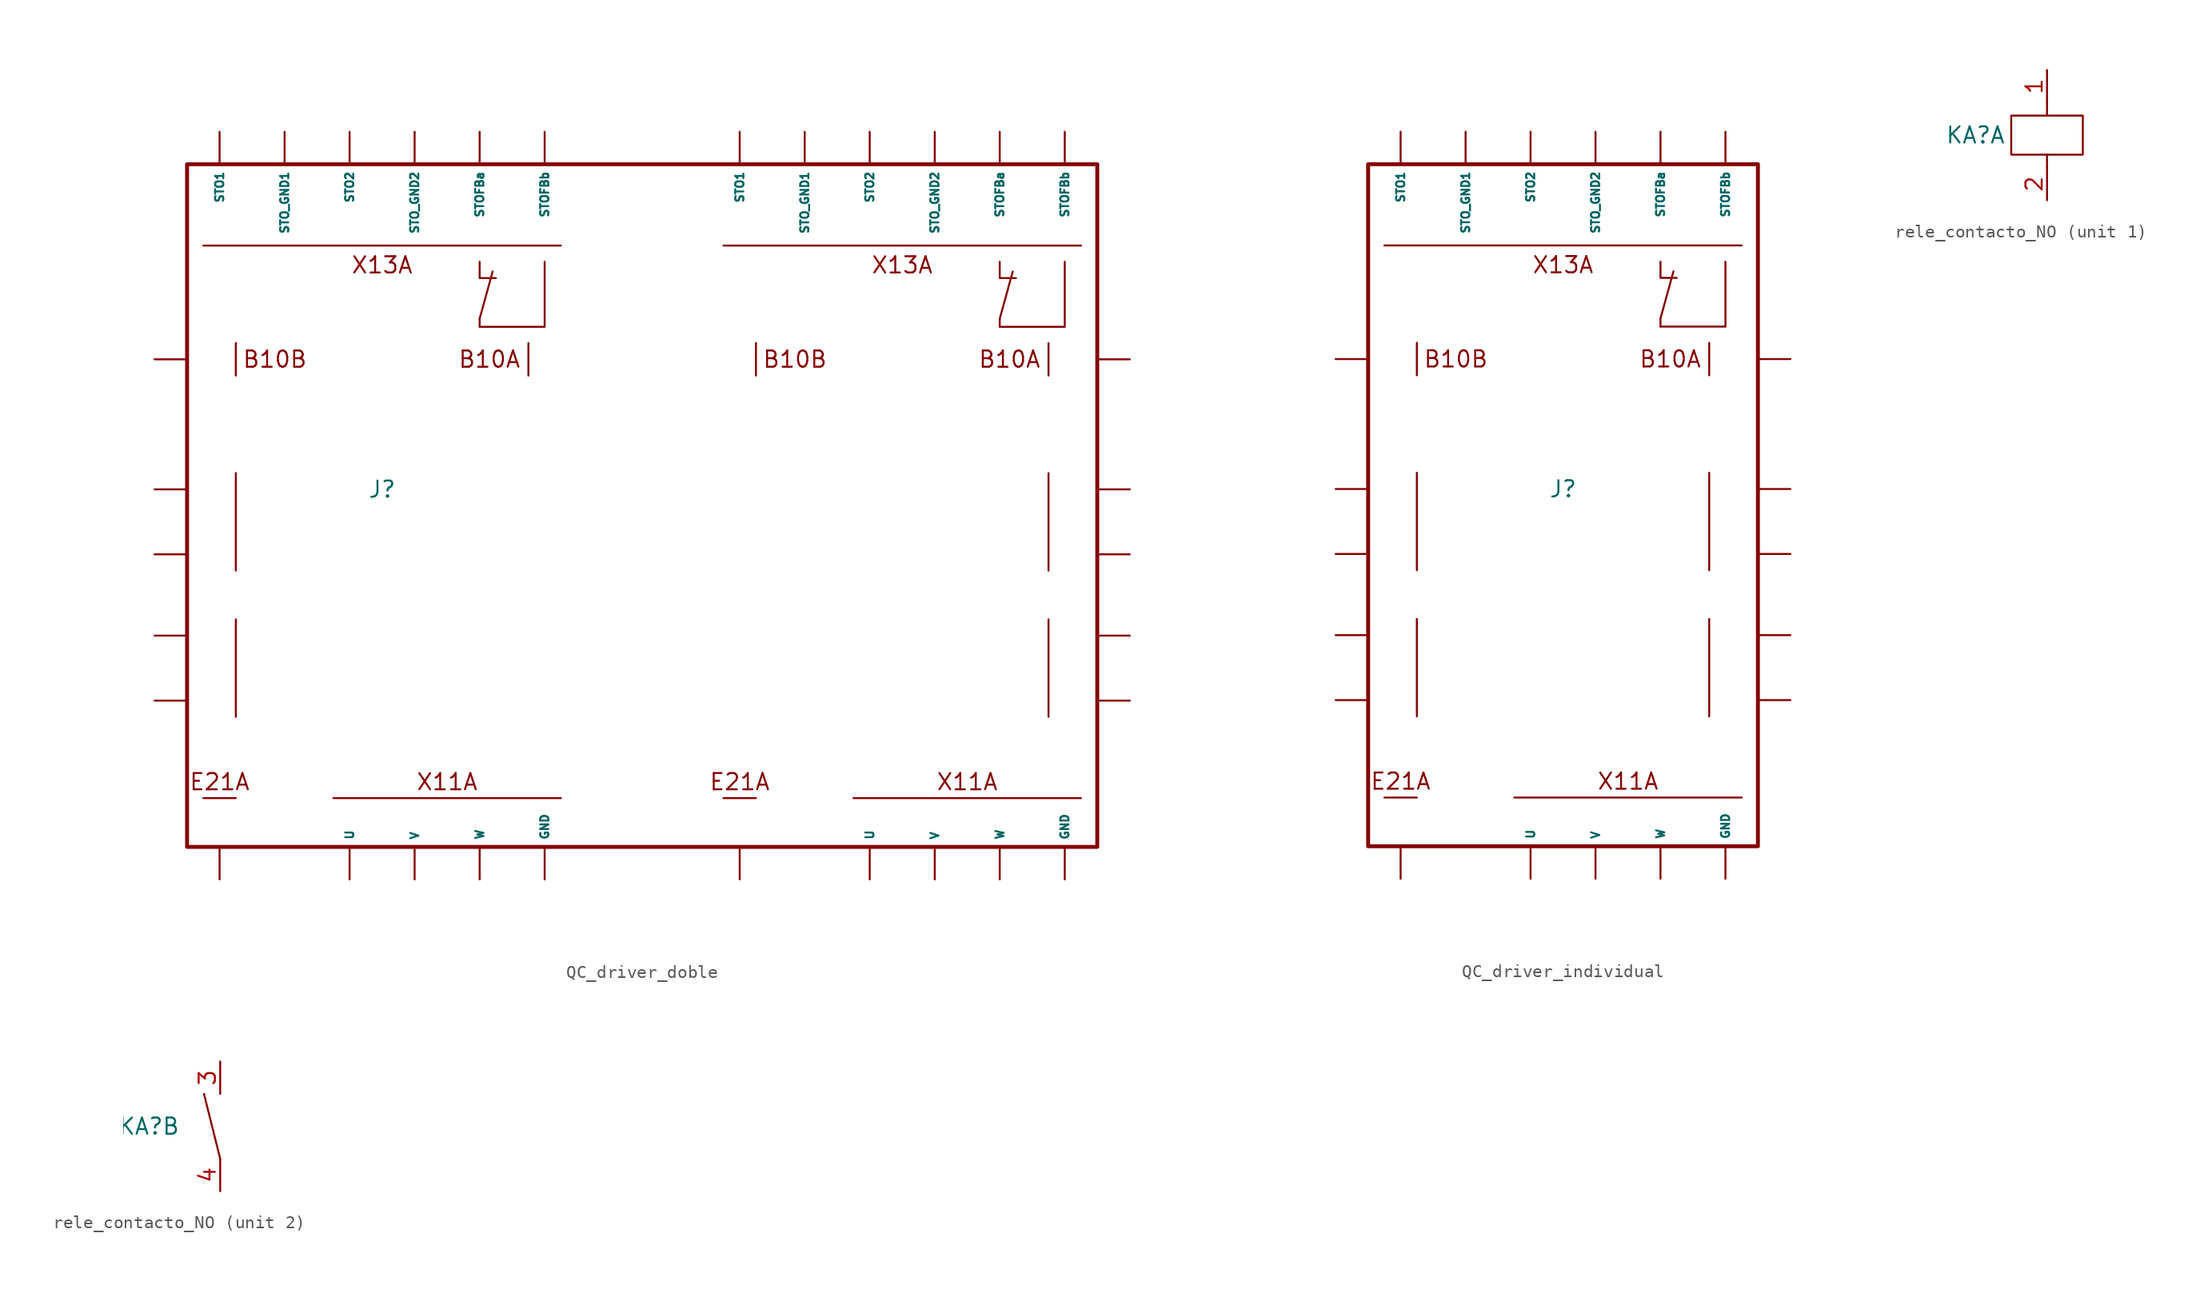
<source format=kicad_sym>
(kicad_symbol_lib
  (version 20241209)
  (generator "kicad_symbol_editor")
  (generator_version "9.0")
  (symbol "QC_driver_doble"
    (property "Reference" "J"
      (at -20.32 0 0)
      (effects (font (size 1.27 1.27))))
    (property "Value" ""
      (at 0 0 0)
      (effects (font (size 1.27 1.27))))
    (symbol "QC_driver_doble_1_1"
      (rectangle (start -35.56 25.4) (end 35.56 -27.94) (stroke (width 0.305) (type solid)) (fill (type none)))
      (polyline (pts (xy -31.75 11.43) (xy -31.75 8.89)) (stroke (width 0) (type default)) (fill (type none)))
      (polyline (pts (xy -31.75 1.27) (xy -31.75 -6.35)) (stroke (width 0) (type default)) (fill (type none)))
      (polyline (pts (xy -31.75 -10.16) (xy -31.75 -17.78)) (stroke (width 0) (type default)) (fill (type none)))
      (polyline (pts (xy -31.75 -24.13) (xy -34.29 -24.13)) (stroke (width 0) (type default)) (fill (type none)))
      (polyline (pts (xy -24.13 -24.13) (xy -6.35 -24.13)) (stroke (width 0) (type default)) (fill (type none)))
      (polyline (pts (xy -12.7 17.78) (xy -12.7 16.51) (xy -11.43 16.51)) (stroke (width 0) (type default)) (fill (type none)))
      (polyline (pts (xy -12.7 13.335) (xy -12.7 12.7)) (stroke (width 0) (type default)) (fill (type none)))
      (polyline (pts (xy -12.7 13.335) (xy -11.684 17.018)) (stroke (width 0) (type default)) (fill (type none)))
      (polyline (pts (xy -8.89 11.43) (xy -8.89 8.89)) (stroke (width 0) (type default)) (fill (type none)))
      (polyline (pts (xy -7.62 17.78) (xy -7.62 12.7) (xy -12.7 12.7)) (stroke (width 0) (type default)) (fill (type none)))
      (polyline (pts (xy -6.35 19.05) (xy -34.29 19.05)) (stroke (width 0) (type default)) (fill (type none)))
      (polyline (pts (xy 8.89 11.43) (xy 8.89 8.89)) (stroke (width 0) (type default)) (fill (type none)))
      (polyline (pts (xy 8.89 -24.13) (xy 6.35 -24.13)) (stroke (width 0) (type default)) (fill (type none)))
      (polyline (pts (xy 16.51 -24.13) (xy 34.29 -24.13)) (stroke (width 0) (type default)) (fill (type none)))
      (polyline (pts (xy 27.94 17.78) (xy 27.94 16.51) (xy 29.21 16.51)) (stroke (width 0) (type default)) (fill (type none)))
      (polyline (pts (xy 27.94 13.335) (xy 27.94 12.7)) (stroke (width 0) (type default)) (fill (type none)))
      (polyline (pts (xy 27.94 13.335) (xy 28.956 17.018)) (stroke (width 0) (type default)) (fill (type none)))
      (polyline (pts (xy 31.75 11.43) (xy 31.75 8.89)) (stroke (width 0) (type default)) (fill (type none)))
      (polyline (pts (xy 31.75 1.27) (xy 31.75 -6.35)) (stroke (width 0) (type default)) (fill (type none)))
      (polyline (pts (xy 31.75 -10.16) (xy 31.75 -17.78)) (stroke (width 0) (type default)) (fill (type none)))
      (polyline (pts (xy 33.02 17.78) (xy 33.02 12.7) (xy 27.94 12.7)) (stroke (width 0) (type default)) (fill (type none)))
      (polyline (pts (xy 34.29 19.05) (xy 6.35 19.05)) (stroke (width 0) (type default)) (fill (type none)))
      (text "E21A" (at -33.02 -22.86 0) (effects (font (size 1.27 1.27))))
      (text "B10B" (at -28.702 10.16 0) (effects (font (size 1.27 1.27))))
      (text "X13A" (at -20.32 17.526 0) (effects (font (size 1.27 1.27))))
      (text "X11A" (at -15.24 -22.86 0) (effects (font (size 1.27 1.27))))
      (text "B10A" (at -11.938 10.16 0) (effects (font (size 1.27 1.27))))
      (text "E21A" (at 7.62 -22.86 0) (effects (font (size 1.27 1.27))))
      (text "B10B" (at 11.938 10.16 0) (effects (font (size 1.27 1.27))))
      (text "X13A" (at 20.32 17.526 0) (effects (font (size 1.27 1.27))))
      (text "X11A" (at 25.4 -22.86 0) (effects (font (size 1.27 1.27))))
      (text "B10A" (at 28.702 10.16 0) (effects (font (size 1.27 1.27))))
      (pin output line (at -38.1 10.16 0) (length 2.54) (name "" (effects (font (size 1.27 1.27)))) (number "" (effects (font (size 0.635 0.635)))))
      (pin output line (at -38.1 0 0) (length 2.54) (name "" (effects (font (size 1.27 1.27)))) (number "" (effects (font (size 0.635 0.635)))))
      (pin output line (at -38.1 -5.08 0) (length 2.54) (name "" (effects (font (size 1.27 1.27)))) (number "" (effects (font (size 0.635 0.635)))))
      (pin output line (at -38.1 -11.43 0) (length 2.54) (name "" (effects (font (size 1.27 1.27)))) (number "" (effects (font (size 0.635 0.635)))))
      (pin output line (at -38.1 -16.51 0) (length 2.54) (name "" (effects (font (size 1.27 1.27)))) (number "" (effects (font (size 0.635 0.635)))))
      (pin output line (at -33.02 27.94 270) (length 2.54) (name "STO1" (effects (font (size 0.635 0.635)))) (number "" (effects (font (size 0.635 0.635)))))
      (pin output line (at -33.02 -30.48 90) (length 2.54) (name "" (effects (font (size 1.27 1.27)))) (number "" (effects (font (size 0.635 0.635)))))
      (pin output line (at -27.94 27.94 270) (length 2.54) (name "STO_GND1" (effects (font (size 0.635 0.635)))) (number "" (effects (font (size 0.635 0.635)))))
      (pin output line (at -22.86 27.94 270) (length 2.54) (name "STO2" (effects (font (size 0.635 0.635)))) (number "" (effects (font (size 0.635 0.635)))))
      (pin output line (at -22.86 -30.48 90) (length 2.54) (name "U" (effects (font (size 0.635 0.635)))) (number "" (effects (font (size 0.635 0.635)))))
      (pin output line (at -17.78 27.94 270) (length 2.54) (name "STO_GND2" (effects (font (size 0.635 0.635)))) (number "" (effects (font (size 0.635 0.635)))))
      (pin output line (at -17.78 -30.48 90) (length 2.54) (name "V" (effects (font (size 0.635 0.635)))) (number "" (effects (font (size 0.635 0.635)))))
      (pin output line (at -12.7 27.94 270) (length 2.54) (name "STOFBa" (effects (font (size 0.635 0.635)))) (number "" (effects (font (size 0.635 0.635)))))
      (pin output line (at -12.7 -30.48 90) (length 2.54) (name "W" (effects (font (size 0.635 0.635)))) (number "" (effects (font (size 0.635 0.635)))))
      (pin output line (at -7.62 27.94 270) (length 2.54) (name "STOFBb" (effects (font (size 0.635 0.635)))) (number "" (effects (font (size 0.635 0.635)))))
      (pin output line (at -7.62 -30.48 90) (length 2.54) (name "GND" (effects (font (size 0.635 0.635)))) (number "" (effects (font (size 0.635 0.635)))))
      (pin output line (at 7.62 27.94 270) (length 2.54) (name "STO1" (effects (font (size 0.635 0.635)))) (number "" (effects (font (size 0.635 0.635)))))
      (pin output line (at 7.62 -30.48 90) (length 2.54) (name "" (effects (font (size 1.27 1.27)))) (number "" (effects (font (size 0.635 0.635)))))
      (pin output line (at 12.7 27.94 270) (length 2.54) (name "STO_GND1" (effects (font (size 0.635 0.635)))) (number "" (effects (font (size 0.635 0.635)))))
      (pin output line (at 17.78 27.94 270) (length 2.54) (name "STO2" (effects (font (size 0.635 0.635)))) (number "" (effects (font (size 0.635 0.635)))))
      (pin output line (at 17.78 -30.48 90) (length 2.54) (name "U" (effects (font (size 0.635 0.635)))) (number "" (effects (font (size 0.635 0.635)))))
      (pin output line (at 22.86 27.94 270) (length 2.54) (name "STO_GND2" (effects (font (size 0.635 0.635)))) (number "" (effects (font (size 0.635 0.635)))))
      (pin output line (at 22.86 -30.48 90) (length 2.54) (name "V" (effects (font (size 0.635 0.635)))) (number "" (effects (font (size 0.635 0.635)))))
      (pin output line (at 27.94 27.94 270) (length 2.54) (name "STOFBa" (effects (font (size 0.635 0.635)))) (number "" (effects (font (size 0.635 0.635)))))
      (pin output line (at 27.94 -30.48 90) (length 2.54) (name "W" (effects (font (size 0.635 0.635)))) (number "" (effects (font (size 0.635 0.635)))))
      (pin output line (at 33.02 27.94 270) (length 2.54) (name "STOFBb" (effects (font (size 0.635 0.635)))) (number "" (effects (font (size 0.635 0.635)))))
      (pin output line (at 33.02 -30.48 90) (length 2.54) (name "GND" (effects (font (size 0.635 0.635)))) (number "" (effects (font (size 0.635 0.635)))))
      (pin output line (at 38.1 10.16 180) (length 2.54) (name "" (effects (font (size 1.27 1.27)))) (number "" (effects (font (size 0.635 0.635)))))
      (pin output line (at 38.1 0 180) (length 2.54) (name "" (effects (font (size 1.27 1.27)))) (number "" (effects (font (size 0.635 0.635)))))
      (pin output line (at 38.1 -5.08 180) (length 2.54) (name "" (effects (font (size 1.27 1.27)))) (number "" (effects (font (size 0.635 0.635)))))
      (pin output line (at 38.1 -11.43 180) (length 2.54) (name "" (effects (font (size 1.27 1.27)))) (number "" (effects (font (size 0.635 0.635)))))
      (pin output line (at 38.1 -16.51 180) (length 2.54) (name "" (effects (font (size 1.27 1.27)))) (number "" (effects (font (size 0.635 0.635)))))))
  (symbol "QC_driver_individual"
    (property "Reference" "J"
      (at 0 0 0)
      (effects (font (size 1.27 1.27))))
    (property "Value" ""
      (at 0 0 0)
      (effects (font (size 1.27 1.27))))
    (symbol "QC_driver_individual_1_1"
      (rectangle (start -15.24 25.4) (end 15.24 -27.94) (stroke (width 0.305) (type solid)) (fill (type none)))
      (polyline (pts (xy -11.43 11.43) (xy -11.43 8.89)) (stroke (width 0) (type default)) (fill (type none)))
      (polyline (pts (xy -11.43 1.27) (xy -11.43 -6.35)) (stroke (width 0) (type default)) (fill (type none)))
      (polyline (pts (xy -11.43 -10.16) (xy -11.43 -17.78)) (stroke (width 0) (type default)) (fill (type none)))
      (polyline (pts (xy -11.43 -24.13) (xy -13.97 -24.13)) (stroke (width 0) (type default)) (fill (type none)))
      (polyline (pts (xy -3.81 -24.13) (xy 13.97 -24.13)) (stroke (width 0) (type default)) (fill (type none)))
      (polyline (pts (xy 7.62 17.78) (xy 7.62 16.51) (xy 8.89 16.51)) (stroke (width 0) (type default)) (fill (type none)))
      (polyline (pts (xy 7.62 13.335) (xy 7.62 12.7)) (stroke (width 0) (type default)) (fill (type none)))
      (polyline (pts (xy 7.62 13.335) (xy 8.636 17.018)) (stroke (width 0) (type default)) (fill (type none)))
      (polyline (pts (xy 11.43 11.43) (xy 11.43 8.89)) (stroke (width 0) (type default)) (fill (type none)))
      (polyline (pts (xy 11.43 1.27) (xy 11.43 -6.35)) (stroke (width 0) (type default)) (fill (type none)))
      (polyline (pts (xy 11.43 -10.16) (xy 11.43 -17.78)) (stroke (width 0) (type default)) (fill (type none)))
      (polyline (pts (xy 12.7 17.78) (xy 12.7 12.7) (xy 7.62 12.7)) (stroke (width 0) (type default)) (fill (type none)))
      (polyline (pts (xy 13.97 19.05) (xy -13.97 19.05)) (stroke (width 0) (type default)) (fill (type none)))
      (text "E21A" (at -12.7 -22.86 0) (effects (font (size 1.27 1.27))))
      (text "B10B" (at -8.382 10.16 0) (effects (font (size 1.27 1.27))))
      (text "X13A" (at 0 17.526 0) (effects (font (size 1.27 1.27))))
      (text "X11A" (at 5.08 -22.86 0) (effects (font (size 1.27 1.27))))
      (text "B10A" (at 8.382 10.16 0) (effects (font (size 1.27 1.27))))
      (pin output line (at -17.78 10.16 0) (length 2.54) (name "" (effects (font (size 1.27 1.27)))) (number "" (effects (font (size 0.635 0.635)))))
      (pin output line (at -17.78 0 0) (length 2.54) (name "" (effects (font (size 1.27 1.27)))) (number "" (effects (font (size 0.635 0.635)))))
      (pin output line (at -17.78 -5.08 0) (length 2.54) (name "" (effects (font (size 1.27 1.27)))) (number "" (effects (font (size 0.635 0.635)))))
      (pin output line (at -17.78 -11.43 0) (length 2.54) (name "" (effects (font (size 1.27 1.27)))) (number "" (effects (font (size 0.635 0.635)))))
      (pin output line (at -17.78 -16.51 0) (length 2.54) (name "" (effects (font (size 1.27 1.27)))) (number "" (effects (font (size 0.635 0.635)))))
      (pin output line (at -12.7 27.94 270) (length 2.54) (name "STO1" (effects (font (size 0.635 0.635)))) (number "" (effects (font (size 0.635 0.635)))))
      (pin output line (at -12.7 -30.48 90) (length 2.54) (name "" (effects (font (size 1.27 1.27)))) (number "" (effects (font (size 0.635 0.635)))))
      (pin output line (at -7.62 27.94 270) (length 2.54) (name "STO_GND1" (effects (font (size 0.635 0.635)))) (number "" (effects (font (size 0.635 0.635)))))
      (pin output line (at -2.54 27.94 270) (length 2.54) (name "STO2" (effects (font (size 0.635 0.635)))) (number "" (effects (font (size 0.635 0.635)))))
      (pin output line (at -2.54 -30.48 90) (length 2.54) (name "U" (effects (font (size 0.635 0.635)))) (number "" (effects (font (size 0.635 0.635)))))
      (pin output line (at 2.54 27.94 270) (length 2.54) (name "STO_GND2" (effects (font (size 0.635 0.635)))) (number "" (effects (font (size 0.635 0.635)))))
      (pin output line (at 2.54 -30.48 90) (length 2.54) (name "V" (effects (font (size 0.635 0.635)))) (number "" (effects (font (size 0.635 0.635)))))
      (pin output line (at 7.62 27.94 270) (length 2.54) (name "STOFBa" (effects (font (size 0.635 0.635)))) (number "" (effects (font (size 0.635 0.635)))))
      (pin output line (at 7.62 -30.48 90) (length 2.54) (name "W" (effects (font (size 0.635 0.635)))) (number "" (effects (font (size 0.635 0.635)))))
      (pin output line (at 12.7 27.94 270) (length 2.54) (name "STOFBb" (effects (font (size 0.635 0.635)))) (number "" (effects (font (size 0.635 0.635)))))
      (pin output line (at 12.7 -30.48 90) (length 2.54) (name "GND" (effects (font (size 0.635 0.635)))) (number "" (effects (font (size 0.635 0.635)))))
      (pin output line (at 17.78 10.16 180) (length 2.54) (name "" (effects (font (size 1.27 1.27)))) (number "" (effects (font (size 0.635 0.635)))))
      (pin output line (at 17.78 0 180) (length 2.54) (name "" (effects (font (size 1.27 1.27)))) (number "" (effects (font (size 0.635 0.635)))))
      (pin output line (at 17.78 -5.08 180) (length 2.54) (name "" (effects (font (size 1.27 1.27)))) (number "" (effects (font (size 0.635 0.635)))))
      (pin output line (at 17.78 -11.43 180) (length 2.54) (name "" (effects (font (size 1.27 1.27)))) (number "" (effects (font (size 0.635 0.635)))))
      (pin output line (at 17.78 -16.51 180) (length 2.54) (name "" (effects (font (size 1.27 1.27)))) (number "" (effects (font (size 0.635 0.635)))))))
  (symbol "rele_contacto_NO"
    (property "Reference" "KA"
      (at -5.588 0 0)
      (effects (font (size 1.27 1.27))))
    (property "Value" ""
      (at 0 0 0)
      (effects (font (size 1.27 1.27))))
    (property "ki_locked" ""
      (at 0 0 0)
      (effects (font (size 1.27 1.27))))
    (symbol "rele_contacto_NO_1_1"
      (rectangle (start -2.794 1.524) (end 2.794 -1.524) (stroke (width 0) (type default)) (fill (type none)))
      (polyline (pts (xy 0 1.524) (xy 0 2.54)) (stroke (width 0) (type default)) (fill (type none)))
      (polyline (pts (xy 0 -1.524) (xy 0 -2.54)) (stroke (width 0) (type default)) (fill (type none)))
      (pin input line (at 0 5.08 270) (length 2.54) (name "" (effects (font (size 1.27 1.27)))) (number "1" (effects (font (size 1.27 1.27)))))
      (pin output line (at 0 -5.08 90) (length 2.54) (name "" (effects (font (size 1.27 1.27)))) (number "2" (effects (font (size 1.27 1.27))))))
    (symbol "rele_contacto_NO_2_1"
      (polyline (pts (xy 0 -2.54) (xy -1.27 2.54)) (stroke (width 0) (type default)) (fill (type none)))
      (pin input line (at 0 5.08 270) (length 2.54) (name "" (effects (font (size 1.27 1.27)))) (number "3" (effects (font (size 1.27 1.27)))))
      (pin output line (at 0 -5.08 90) (length 2.54) (name "" (effects (font (size 1.27 1.27)))) (number "4" (effects (font (size 1.27 1.27))))))))
</source>
